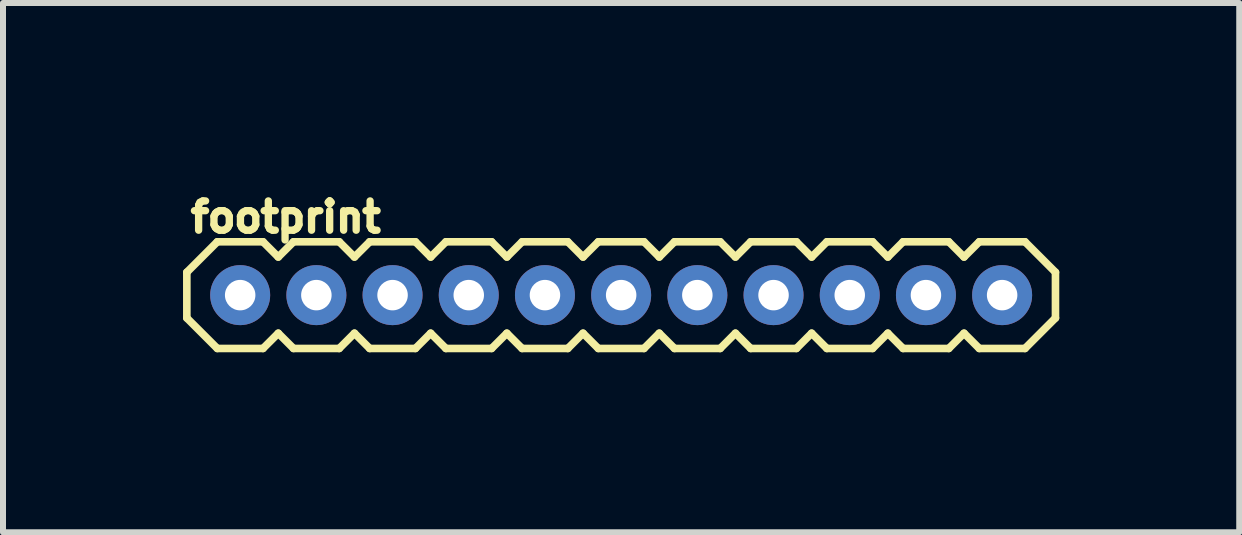
<source format=kicad_pcb>
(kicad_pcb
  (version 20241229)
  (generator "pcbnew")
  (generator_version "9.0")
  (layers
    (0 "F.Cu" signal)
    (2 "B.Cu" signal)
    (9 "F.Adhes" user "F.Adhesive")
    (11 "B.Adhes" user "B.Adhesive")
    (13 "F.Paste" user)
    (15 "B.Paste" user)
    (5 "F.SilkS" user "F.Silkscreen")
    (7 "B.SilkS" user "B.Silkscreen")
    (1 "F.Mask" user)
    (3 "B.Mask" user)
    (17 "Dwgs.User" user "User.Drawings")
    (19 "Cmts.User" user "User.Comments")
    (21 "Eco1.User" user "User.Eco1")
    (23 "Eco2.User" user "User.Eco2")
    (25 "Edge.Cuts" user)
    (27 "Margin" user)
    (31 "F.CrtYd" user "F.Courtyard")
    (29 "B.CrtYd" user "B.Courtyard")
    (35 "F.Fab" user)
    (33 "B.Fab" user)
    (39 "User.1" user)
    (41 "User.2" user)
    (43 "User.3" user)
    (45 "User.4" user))
  (footprint "footprint"
    (layer "F.Cu")
    (at 0.953 1.869)
    (property "Reference" "footprint" (at -0.889 -1.016 0) (layer "F.SilkS") (effects (font (size 0.488 0.488) (thickness 0.122)) (justify left bottom)))
    (fp_line (start -0.889 -0.381) (end -0.889 0.381) (stroke (width 0.127) (type solid)) (layer "F.SilkS"))
    (fp_line (start -0.889 0.381) (end -0.381 0.889) (stroke (width 0.127) (type solid)) (layer "F.SilkS"))
    (fp_line (start -0.381 -0.889) (end -0.889 -0.381) (stroke (width 0.127) (type solid)) (layer "F.SilkS"))
    (fp_line (start -0.381 0.889) (end 0.381 0.889) (stroke (width 0.127) (type solid)) (layer "F.SilkS"))
    (fp_line (start 0.381 -0.889) (end -0.381 -0.889) (stroke (width 0.127) (type solid)) (layer "F.SilkS"))
    (fp_line (start 0.381 0.889) (end 0.635 0.635) (stroke (width 0.127) (type solid)) (layer "F.SilkS"))
    (fp_line (start 0.635 -0.635) (end 0.381 -0.889) (stroke (width 0.127) (type solid)) (layer "F.SilkS"))
    (fp_line (start 0.635 0.635) (end 0.889 0.889) (stroke (width 0.127) (type solid)) (layer "F.SilkS"))
    (fp_line (start 0.889 -0.889) (end 0.635 -0.635) (stroke (width 0.127) (type solid)) (layer "F.SilkS"))
    (fp_line (start 0.889 0.889) (end 1.651 0.889) (stroke (width 0.127) (type solid)) (layer "F.SilkS"))
    (fp_line (start 1.651 -0.889) (end 0.889 -0.889) (stroke (width 0.127) (type solid)) (layer "F.SilkS"))
    (fp_line (start 1.651 0.889) (end 1.905 0.635) (stroke (width 0.127) (type solid)) (layer "F.SilkS"))
    (fp_line (start 1.905 -0.635) (end 1.651 -0.889) (stroke (width 0.127) (type solid)) (layer "F.SilkS"))
    (fp_line (start 1.905 0.635) (end 2.159 0.889) (stroke (width 0.127) (type solid)) (layer "F.SilkS"))
    (fp_line (start 2.159 -0.889) (end 1.905 -0.635) (stroke (width 0.127) (type solid)) (layer "F.SilkS"))
    (fp_line (start 2.159 0.889) (end 2.921 0.889) (stroke (width 0.127) (type solid)) (layer "F.SilkS"))
    (fp_line (start 2.921 -0.889) (end 2.159 -0.889) (stroke (width 0.127) (type solid)) (layer "F.SilkS"))
    (fp_line (start 2.921 0.889) (end 3.175 0.635) (stroke (width 0.127) (type solid)) (layer "F.SilkS"))
    (fp_line (start 3.175 -0.635) (end 2.921 -0.889) (stroke (width 0.127) (type solid)) (layer "F.SilkS"))
    (fp_line (start 3.175 0.635) (end 3.429 0.889) (stroke (width 0.127) (type solid)) (layer "F.SilkS"))
    (fp_line (start 3.429 -0.889) (end 3.175 -0.635) (stroke (width 0.127) (type solid)) (layer "F.SilkS"))
    (fp_line (start 3.429 0.889) (end 4.191 0.889) (stroke (width 0.127) (type solid)) (layer "F.SilkS"))
    (fp_line (start 4.191 -0.889) (end 3.429 -0.889) (stroke (width 0.127) (type solid)) (layer "F.SilkS"))
    (fp_line (start 4.191 0.889) (end 4.445 0.635) (stroke (width 0.127) (type solid)) (layer "F.SilkS"))
    (fp_line (start 4.445 -0.635) (end 4.191 -0.889) (stroke (width 0.127) (type solid)) (layer "F.SilkS"))
    (fp_line (start 4.445 0.635) (end 4.699 0.889) (stroke (width 0.127) (type solid)) (layer "F.SilkS"))
    (fp_line (start 4.699 -0.889) (end 4.445 -0.635) (stroke (width 0.127) (type solid)) (layer "F.SilkS"))
    (fp_line (start 4.699 0.889) (end 5.461 0.889) (stroke (width 0.127) (type solid)) (layer "F.SilkS"))
    (fp_line (start 5.461 -0.889) (end 4.699 -0.889) (stroke (width 0.127) (type solid)) (layer "F.SilkS"))
    (fp_line (start 5.461 0.889) (end 5.715 0.635) (stroke (width 0.127) (type solid)) (layer "F.SilkS"))
    (fp_line (start 5.715 -0.635) (end 5.461 -0.889) (stroke (width 0.127) (type solid)) (layer "F.SilkS"))
    (fp_line (start 5.715 0.635) (end 5.969 0.889) (stroke (width 0.127) (type solid)) (layer "F.SilkS"))
    (fp_line (start 5.969 -0.889) (end 5.715 -0.635) (stroke (width 0.127) (type solid)) (layer "F.SilkS"))
    (fp_line (start 5.969 0.889) (end 6.731 0.889) (stroke (width 0.127) (type solid)) (layer "F.SilkS"))
    (fp_line (start 6.731 -0.889) (end 5.969 -0.889) (stroke (width 0.127) (type solid)) (layer "F.SilkS"))
    (fp_line (start 6.731 0.889) (end 6.985 0.635) (stroke (width 0.127) (type solid)) (layer "F.SilkS"))
    (fp_line (start 6.985 -0.635) (end 6.731 -0.889) (stroke (width 0.127) (type solid)) (layer "F.SilkS"))
    (fp_line (start 6.985 0.635) (end 7.239 0.889) (stroke (width 0.127) (type solid)) (layer "F.SilkS"))
    (fp_line (start 7.239 -0.889) (end 6.985 -0.635) (stroke (width 0.127) (type solid)) (layer "F.SilkS"))
    (fp_line (start 7.239 0.889) (end 8.001 0.889) (stroke (width 0.127) (type solid)) (layer "F.SilkS"))
    (fp_line (start 8.001 -0.889) (end 7.239 -0.889) (stroke (width 0.127) (type solid)) (layer "F.SilkS"))
    (fp_line (start 8.001 0.889) (end 8.255 0.635) (stroke (width 0.127) (type solid)) (layer "F.SilkS"))
    (fp_line (start 8.255 -0.635) (end 8.001 -0.889) (stroke (width 0.127) (type solid)) (layer "F.SilkS"))
    (fp_line (start 8.255 0.635) (end 8.509 0.889) (stroke (width 0.127) (type solid)) (layer "F.SilkS"))
    (fp_line (start 8.509 -0.889) (end 8.255 -0.635) (stroke (width 0.127) (type solid)) (layer "F.SilkS"))
    (fp_line (start 8.509 0.889) (end 9.271 0.889) (stroke (width 0.127) (type solid)) (layer "F.SilkS"))
    (fp_line (start 9.271 -0.889) (end 8.509 -0.889) (stroke (width 0.127) (type solid)) (layer "F.SilkS"))
    (fp_line (start 9.271 0.889) (end 9.525 0.635) (stroke (width 0.127) (type solid)) (layer "F.SilkS"))
    (fp_line (start 9.525 -0.635) (end 9.271 -0.889) (stroke (width 0.127) (type solid)) (layer "F.SilkS"))
    (fp_line (start 9.525 0.635) (end 9.779 0.889) (stroke (width 0.127) (type solid)) (layer "F.SilkS"))
    (fp_line (start 9.779 -0.889) (end 9.525 -0.635) (stroke (width 0.127) (type solid)) (layer "F.SilkS"))
    (fp_line (start 9.779 0.889) (end 10.541 0.889) (stroke (width 0.127) (type solid)) (layer "F.SilkS"))
    (fp_line (start 10.541 -0.889) (end 9.779 -0.889) (stroke (width 0.127) (type solid)) (layer "F.SilkS"))
    (fp_line (start 10.541 0.889) (end 10.795 0.635) (stroke (width 0.127) (type solid)) (layer "F.SilkS"))
    (fp_line (start 10.795 -0.635) (end 10.541 -0.889) (stroke (width 0.127) (type solid)) (layer "F.SilkS"))
    (fp_line (start 10.795 0.635) (end 11.049 0.889) (stroke (width 0.127) (type solid)) (layer "F.SilkS"))
    (fp_line (start 11.049 -0.889) (end 10.795 -0.635) (stroke (width 0.127) (type solid)) (layer "F.SilkS"))
    (fp_line (start 11.049 0.889) (end 11.811 0.889) (stroke (width 0.127) (type solid)) (layer "F.SilkS"))
    (fp_line (start 11.811 -0.889) (end 11.049 -0.889) (stroke (width 0.127) (type solid)) (layer "F.SilkS"))
    (fp_line (start 11.811 0.889) (end 12.065 0.635) (stroke (width 0.127) (type solid)) (layer "F.SilkS"))
    (fp_line (start 12.065 -0.635) (end 11.811 -0.889) (stroke (width 0.127) (type solid)) (layer "F.SilkS"))
    (fp_line (start 12.065 0.635) (end 12.319 0.889) (stroke (width 0.127) (type solid)) (layer "F.SilkS"))
    (fp_line (start 12.319 -0.889) (end 12.065 -0.635) (stroke (width 0.127) (type solid)) (layer "F.SilkS"))
    (fp_line (start 12.319 0.889) (end 13.081 0.889) (stroke (width 0.127) (type solid)) (layer "F.SilkS"))
    (fp_line (start 13.081 -0.889) (end 12.319 -0.889) (stroke (width 0.127) (type solid)) (layer "F.SilkS"))
    (fp_line (start 13.081 0.889) (end 13.589 0.381) (stroke (width 0.127) (type solid)) (layer "F.SilkS"))
    (fp_line (start 13.589 -0.381) (end 13.081 -0.889) (stroke (width 0.127) (type solid)) (layer "F.SilkS"))
    (fp_line (start 13.589 0.381) (end 13.589 -0.381) (stroke (width 0.127) (type solid)) (layer "F.SilkS"))
    (pad "1" thru_hole circle (at 0 0) (size 1 1) (drill 0.508) (layers "*.Cu" "*.Mask"))
    (pad "2" thru_hole circle (at 1.27 0) (size 1 1) (drill 0.508) (layers "*.Cu" "*.Mask"))
    (pad "3" thru_hole circle (at 2.54 0) (size 1 1) (drill 0.508) (layers "*.Cu" "*.Mask"))
    (pad "4" thru_hole circle (at 3.81 0) (size 1 1) (drill 0.508) (layers "*.Cu" "*.Mask"))
    (pad "5" thru_hole circle (at 5.08 0) (size 1 1) (drill 0.508) (layers "*.Cu" "*.Mask"))
    (pad "6" thru_hole circle (at 6.35 0) (size 1 1) (drill 0.508) (layers "*.Cu" "*.Mask"))
    (pad "7" thru_hole circle (at 7.62 0) (size 1 1) (drill 0.508) (layers "*.Cu" "*.Mask"))
    (pad "8" thru_hole circle (at 8.89 0) (size 1 1) (drill 0.508) (layers "*.Cu" "*.Mask"))
    (pad "9" thru_hole circle (at 10.16 0) (size 1 1) (drill 0.508) (layers "*.Cu" "*.Mask"))
    (pad "10" thru_hole circle (at 11.43 0) (size 1 1) (drill 0.508) (layers "*.Cu" "*.Mask"))
    (pad "11" thru_hole circle (at 12.7 0) (size 1 1) (drill 0.508) (layers "*.Cu" "*.Mask")))
  (gr_rect
    (start -3 -3)
    (end 17.605 5.822)
    (stroke (width 0.1) (type default))
    (fill no)
    (layer "Edge.Cuts")))
</source>
